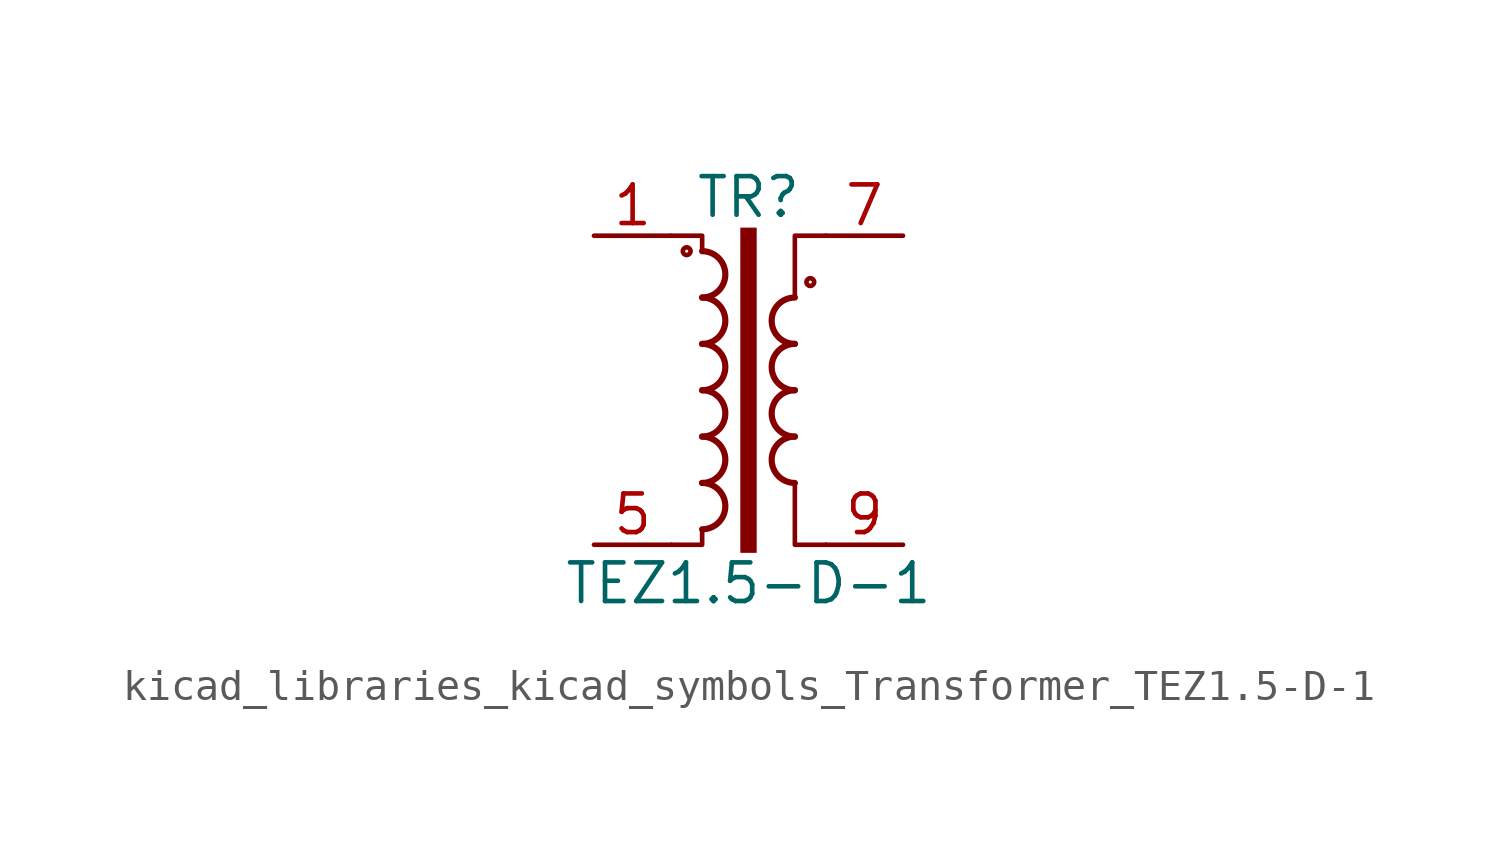
<source format=kicad_sym>
(kicad_symbol_lib
  (version 20220914)
  (generator kicad_symbol_editor)
  (symbol "kicad_libraries_kicad_symbols_Transformer_TEZ1.5-D-1"
    (pin_names
      (offset 0.025))
    (property "Reference" "TR"
      (at 0 6.35 0)
      (effects (font (size 1.27 1.27))))
    (property "Value" "TEZ1.5-D-1"
      (at 0 -6.35 0)
      (effects (font (size 1.27 1.27))))
    (symbol "kicad_libraries_kicad_symbols_Transformer_TEZ1.5-D-1_0_1"
      (circle (center -2.032 4.572) (radius 0.127) (stroke (width 0) (type default)) (fill (type none)))
      (arc (start -1.524 -4.572) (mid -0.7653 -3.81) (end -1.524 -3.048) (stroke (width 0.2032) (type default)) (fill (type none)))
      (arc (start -1.524 -3.048) (mid -0.7653 -2.286) (end -1.524 -1.524) (stroke (width 0.2032) (type default)) (fill (type none)))
      (arc (start -1.524 -1.524) (mid -0.7653 -0.762) (end -1.524 0) (stroke (width 0.2032) (type default)) (fill (type none)))
      (arc (start -1.524 0) (mid -0.7653 0.762) (end -1.524 1.524) (stroke (width 0.2032) (type default)) (fill (type none)))
      (arc (start -1.524 1.524) (mid -0.7653 2.286) (end -1.524 3.048) (stroke (width 0.2032) (type default)) (fill (type none)))
      (arc (start -1.524 3.048) (mid -0.7653 3.81) (end -1.524 4.572) (stroke (width 0.2032) (type default)) (fill (type none)))
      (rectangle (start -0.254 5.334) (end 0.254 -5.334) (stroke (width 0.025) (type default)) (fill (type outline)))
      (polyline (pts (xy -1.524 -4.572) (xy -1.524 -5.08) (xy -2.54 -5.08)) (stroke (width 0) (type default)) (fill (type none)))
      (polyline (pts (xy -1.524 4.572) (xy -1.524 5.08) (xy -2.54 5.08)) (stroke (width 0) (type default)) (fill (type none)))
      (polyline (pts (xy 1.524 3.048) (xy 1.524 5.08) (xy 2.54 5.08) (xy 2.54 5.08)) (stroke (width 0.152) (type default)) (fill (type none)))
      (polyline (pts (xy 2.54 -5.08) (xy 1.524 -5.08) (xy 1.524 -3.048) (xy 1.524 -3.048)) (stroke (width 0.152) (type default)) (fill (type none)))
      (arc (start 1.524 -1.524) (mid 0.7653 -2.286) (end 1.524 -3.048) (stroke (width 0.2032) (type default)) (fill (type none)))
      (arc (start 1.524 0) (mid 0.7653 -0.762) (end 1.524 -1.524) (stroke (width 0.2032) (type default)) (fill (type none)))
      (arc (start 1.524 1.524) (mid 0.7653 0.762) (end 1.524 0) (stroke (width 0.2032) (type default)) (fill (type none)))
      (arc (start 1.524 3.048) (mid 0.7653 2.286) (end 1.524 1.524) (stroke (width 0.2032) (type default)) (fill (type none)))
      (circle (center 2.032 3.556) (radius 0.127) (stroke (width 0) (type default)) (fill (type none))))
    (symbol "kicad_libraries_kicad_symbols_Transformer_TEZ1.5-D-1_1_1"
      (pin passive line (at -5.08 5.08 0) (length 2.54) (name "~" (effects (font (size 1.27 1.27)))) (number "1" (effects (font (size 1.27 1.27)))))
      (pin passive line (at -5.08 -5.08 0) (length 2.54) (name "~" (effects (font (size 1.27 1.27)))) (number "5" (effects (font (size 1.27 1.27)))))
      (pin passive line (at 5.08 5.08 180) (length 2.54) (name "~" (effects (font (size 1.27 1.27)))) (number "7" (effects (font (size 1.27 1.27)))))
      (pin passive line (at 5.08 -5.08 180) (length 2.54) (name "~" (effects (font (size 1.27 1.27)))) (number "9" (effects (font (size 1.27 1.27))))))))
</source>
